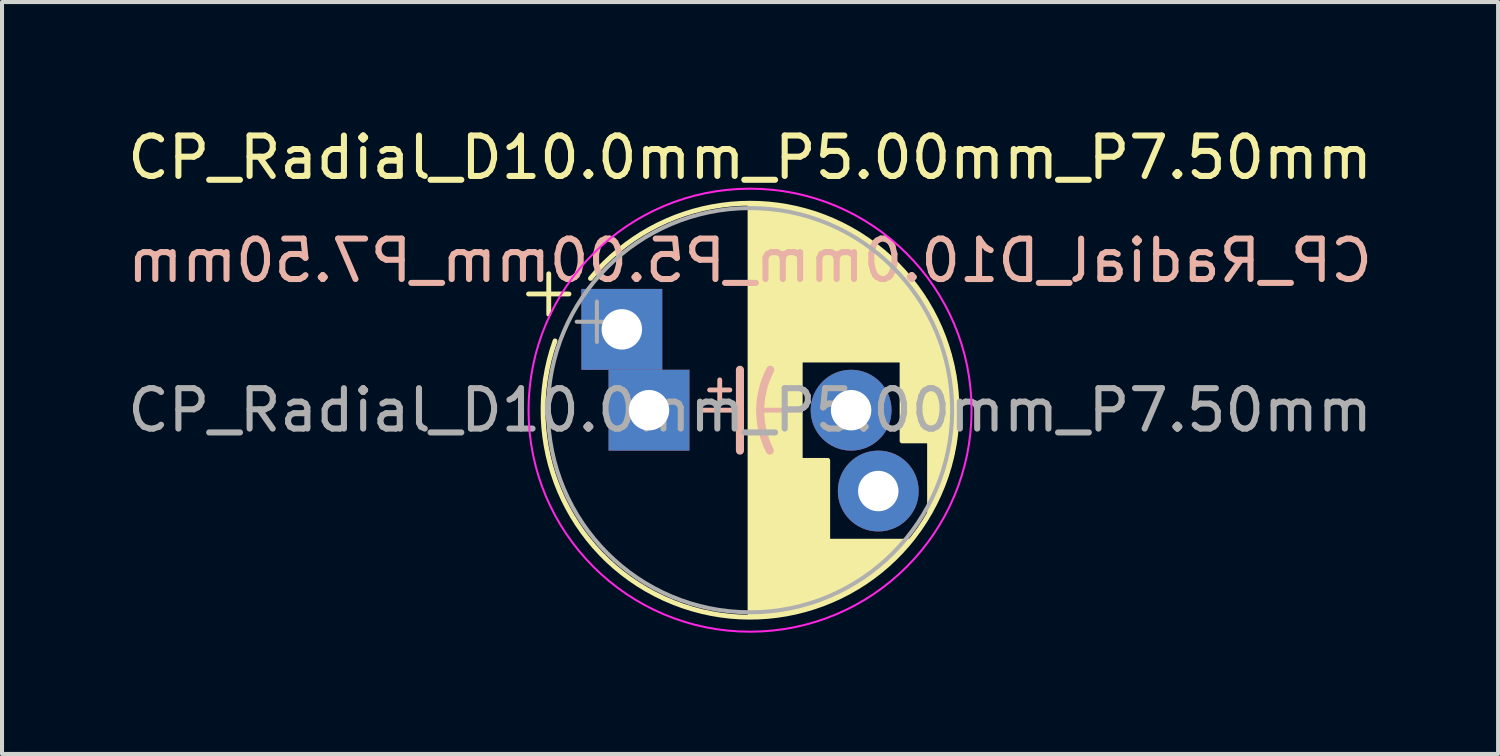
<source format=kicad_pcb>
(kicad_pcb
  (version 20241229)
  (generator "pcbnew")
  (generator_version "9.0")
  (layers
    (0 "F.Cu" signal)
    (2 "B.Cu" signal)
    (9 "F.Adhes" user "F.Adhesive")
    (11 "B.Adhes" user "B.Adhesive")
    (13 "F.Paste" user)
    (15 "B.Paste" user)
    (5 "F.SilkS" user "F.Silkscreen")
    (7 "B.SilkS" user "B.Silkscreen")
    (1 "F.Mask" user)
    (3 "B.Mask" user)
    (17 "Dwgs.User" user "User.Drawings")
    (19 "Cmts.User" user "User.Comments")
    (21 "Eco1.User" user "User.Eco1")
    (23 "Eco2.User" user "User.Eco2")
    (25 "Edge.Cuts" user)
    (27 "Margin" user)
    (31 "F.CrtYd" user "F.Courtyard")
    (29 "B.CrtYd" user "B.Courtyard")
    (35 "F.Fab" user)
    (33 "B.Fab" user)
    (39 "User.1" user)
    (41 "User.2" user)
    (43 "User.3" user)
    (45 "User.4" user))
  (footprint "CP_Radial_D10.0mm_P5.00mm_P7.50mm"
    (layer "F.Cu")
    (at 13.006 7.098)
    (property "Reference" "CP_Radial_D10.0mm_P5.00mm_P7.50mm" (at 2.5 -6.25 0) (layer "F.SilkS") (effects (font (size 1 1) (thickness 0.15))))
    (fp_line (start -2.98 -2.875) (end -1.98 -2.875) (stroke (width 0.12) (type solid)) (layer "F.SilkS"))
    (fp_line (start -2.48 -3.375) (end -2.48 -2.375) (stroke (width 0.12) (type solid)) (layer "F.SilkS"))
    (fp_line (start 2.5 -5.08) (end 2.5 5.08) (stroke (width 0.12) (type solid)) (layer "F.SilkS"))
    (fp_line (start 2.54 -5.08) (end 2.54 5.08) (stroke (width 0.12) (type solid)) (layer "F.SilkS"))
    (fp_line (start 2.58 -5.08) (end 2.58 5.08) (stroke (width 0.12) (type solid)) (layer "F.SilkS"))
    (fp_line (start 2.62 -5.079) (end 2.62 5.079) (stroke (width 0.12) (type solid)) (layer "F.SilkS"))
    (fp_line (start 2.66 -5.078) (end 2.66 5.078) (stroke (width 0.12) (type solid)) (layer "F.SilkS"))
    (fp_line (start 2.7 -5.077) (end 2.7 5.077) (stroke (width 0.12) (type solid)) (layer "F.SilkS"))
    (fp_line (start 2.74 -5.075) (end 2.74 5.075) (stroke (width 0.12) (type solid)) (layer "F.SilkS"))
    (fp_line (start 2.78 -5.073) (end 2.78 5.073) (stroke (width 0.12) (type solid)) (layer "F.SilkS"))
    (fp_line (start 2.82 -5.07) (end 2.82 5.07) (stroke (width 0.12) (type solid)) (layer "F.SilkS"))
    (fp_line (start 2.86 -5.068) (end 2.86 5.068) (stroke (width 0.12) (type solid)) (layer "F.SilkS"))
    (fp_line (start 2.9 -5.065) (end 2.9 5.065) (stroke (width 0.12) (type solid)) (layer "F.SilkS"))
    (fp_line (start 2.94 -5.062) (end 2.94 5.062) (stroke (width 0.12) (type solid)) (layer "F.SilkS"))
    (fp_line (start 2.98 -5.058) (end 2.98 5.058) (stroke (width 0.12) (type solid)) (layer "F.SilkS"))
    (fp_line (start 3.02 -5.054) (end 3.02 5.054) (stroke (width 0.12) (type solid)) (layer "F.SilkS"))
    (fp_line (start 3.06 -5.05) (end 3.06 5.05) (stroke (width 0.12) (type solid)) (layer "F.SilkS"))
    (fp_line (start 3.1 -5.045) (end 3.1 5.045) (stroke (width 0.12) (type solid)) (layer "F.SilkS"))
    (fp_line (start 3.14 -5.04) (end 3.14 5.04) (stroke (width 0.12) (type solid)) (layer "F.SilkS"))
    (fp_line (start 3.18 -5.035) (end 3.18 5.035) (stroke (width 0.12) (type solid)) (layer "F.SilkS"))
    (fp_line (start 3.221 -5.03) (end 3.221 5.03) (stroke (width 0.12) (type solid)) (layer "F.SilkS"))
    (fp_line (start 3.261 -5.024) (end 3.261 5.024) (stroke (width 0.12) (type solid)) (layer "F.SilkS"))
    (fp_line (start 3.301 -5.018) (end 3.301 5.018) (stroke (width 0.12) (type solid)) (layer "F.SilkS"))
    (fp_line (start 3.341 -5.011) (end 3.341 5.011) (stroke (width 0.12) (type solid)) (layer "F.SilkS"))
    (fp_line (start 3.381 -5.004) (end 3.381 5.004) (stroke (width 0.12) (type solid)) (layer "F.SilkS"))
    (fp_line (start 3.421 -4.997) (end 3.421 4.997) (stroke (width 0.12) (type solid)) (layer "F.SilkS"))
    (fp_line (start 3.461 -4.99) (end 3.461 4.99) (stroke (width 0.12) (type solid)) (layer "F.SilkS"))
    (fp_line (start 3.501 -4.982) (end 3.501 4.982) (stroke (width 0.12) (type solid)) (layer "F.SilkS"))
    (fp_line (start 3.541 -4.974) (end 3.541 4.974) (stroke (width 0.12) (type solid)) (layer "F.SilkS"))
    (fp_line (start 3.581 -4.965) (end 3.581 4.965) (stroke (width 0.12) (type solid)) (layer "F.SilkS"))
    (fp_line (start 3.621 -4.956) (end 3.621 4.956) (stroke (width 0.12) (type solid)) (layer "F.SilkS"))
    (fp_line (start 3.661 -4.947) (end 3.661 4.947) (stroke (width 0.12) (type solid)) (layer "F.SilkS"))
    (fp_line (start 3.701 -4.938) (end 3.701 4.938) (stroke (width 0.12) (type solid)) (layer "F.SilkS"))
    (fp_line (start 3.741 -4.928) (end 3.741 4.928) (stroke (width 0.12) (type solid)) (layer "F.SilkS"))
    (fp_line (start 3.781 -4.918) (end 3.781 -1.241) (stroke (width 0.12) (type solid)) (layer "F.SilkS"))
    (fp_line (start 3.781 1.241) (end 3.781 4.918) (stroke (width 0.12) (type solid)) (layer "F.SilkS"))
    (fp_line (start 3.821 -4.907) (end 3.821 -1.241) (stroke (width 0.12) (type solid)) (layer "F.SilkS"))
    (fp_line (start 3.821 1.241) (end 3.821 4.907) (stroke (width 0.12) (type solid)) (layer "F.SilkS"))
    (fp_line (start 3.861 -4.897) (end 3.861 -1.241) (stroke (width 0.12) (type solid)) (layer "F.SilkS"))
    (fp_line (start 3.861 1.241) (end 3.861 4.897) (stroke (width 0.12) (type solid)) (layer "F.SilkS"))
    (fp_line (start 3.901 -4.885) (end 3.901 -1.241) (stroke (width 0.12) (type solid)) (layer "F.SilkS"))
    (fp_line (start 3.901 1.241) (end 3.901 4.885) (stroke (width 0.12) (type solid)) (layer "F.SilkS"))
    (fp_line (start 3.941 -4.874) (end 3.941 -1.241) (stroke (width 0.12) (type solid)) (layer "F.SilkS"))
    (fp_line (start 3.941 1.241) (end 3.941 4.874) (stroke (width 0.12) (type solid)) (layer "F.SilkS"))
    (fp_line (start 3.981 -4.862) (end 3.981 -1.241) (stroke (width 0.12) (type solid)) (layer "F.SilkS"))
    (fp_line (start 3.981 1.241) (end 3.981 4.862) (stroke (width 0.12) (type solid)) (layer "F.SilkS"))
    (fp_line (start 4.021 -4.85) (end 4.021 -1.241) (stroke (width 0.12) (type solid)) (layer "F.SilkS"))
    (fp_line (start 4.021 1.241) (end 4.021 4.85) (stroke (width 0.12) (type solid)) (layer "F.SilkS"))
    (fp_line (start 4.061 -4.837) (end 4.061 -1.241) (stroke (width 0.12) (type solid)) (layer "F.SilkS"))
    (fp_line (start 4.061 1.241) (end 4.061 4.837) (stroke (width 0.12) (type solid)) (layer "F.SilkS"))
    (fp_line (start 4.101 -4.824) (end 4.101 -1.241) (stroke (width 0.12) (type solid)) (layer "F.SilkS"))
    (fp_line (start 4.101 1.241) (end 4.101 4.824) (stroke (width 0.12) (type solid)) (layer "F.SilkS"))
    (fp_line (start 4.141 -4.811) (end 4.141 -1.241) (stroke (width 0.12) (type solid)) (layer "F.SilkS"))
    (fp_line (start 4.141 1.241) (end 4.141 4.811) (stroke (width 0.12) (type solid)) (layer "F.SilkS"))
    (fp_line (start 4.181 -4.797) (end 4.181 -1.241) (stroke (width 0.12) (type solid)) (layer "F.SilkS"))
    (fp_line (start 4.181 1.241) (end 4.181 4.797) (stroke (width 0.12) (type solid)) (layer "F.SilkS"))
    (fp_line (start 4.221 -4.783) (end 4.221 -1.241) (stroke (width 0.12) (type solid)) (layer "F.SilkS"))
    (fp_line (start 4.221 1.241) (end 4.221 4.783) (stroke (width 0.12) (type solid)) (layer "F.SilkS"))
    (fp_line (start 4.261 -4.768) (end 4.261 -1.241) (stroke (width 0.12) (type solid)) (layer "F.SilkS"))
    (fp_line (start 4.261 1.241) (end 4.261 4.768) (stroke (width 0.12) (type solid)) (layer "F.SilkS"))
    (fp_line (start 4.301 -4.754) (end 4.301 -1.241) (stroke (width 0.12) (type solid)) (layer "F.SilkS"))
    (fp_line (start 4.301 1.241) (end 4.301 4.754) (stroke (width 0.12) (type solid)) (layer "F.SilkS"))
    (fp_line (start 4.341 -4.738) (end 4.341 -1.241) (stroke (width 0.12) (type solid)) (layer "F.SilkS"))
    (fp_line (start 4.341 1.241) (end 4.341 4.738) (stroke (width 0.12) (type solid)) (layer "F.SilkS"))
    (fp_line (start 4.381 -4.723) (end 4.381 -1.241) (stroke (width 0.12) (type solid)) (layer "F.SilkS"))
    (fp_line (start 4.381 1.241) (end 4.381 4.723) (stroke (width 0.12) (type solid)) (layer "F.SilkS"))
    (fp_line (start 4.421 -4.707) (end 4.421 -1.241) (stroke (width 0.12) (type solid)) (layer "F.SilkS"))
    (fp_line (start 4.421 1.241) (end 4.421 4.707) (stroke (width 0.12) (type solid)) (layer "F.SilkS"))
    (fp_line (start 4.461 -4.69) (end 4.461 -1.241) (stroke (width 0.12) (type solid)) (layer "F.SilkS"))
    (fp_line (start 4.461 3.24) (end 4.461 4.69) (stroke (width 0.12) (type solid)) (layer "F.SilkS"))
    (fp_line (start 4.501 -4.674) (end 4.501 -1.241) (stroke (width 0.12) (type solid)) (layer "F.SilkS"))
    (fp_line (start 4.501 3.24) (end 4.501 4.674) (stroke (width 0.12) (type solid)) (layer "F.SilkS"))
    (fp_line (start 4.541 -4.657) (end 4.541 -1.241) (stroke (width 0.12) (type solid)) (layer "F.SilkS"))
    (fp_line (start 4.541 3.24) (end 4.541 4.657) (stroke (width 0.12) (type solid)) (layer "F.SilkS"))
    (fp_line (start 4.581 -4.639) (end 4.581 -1.241) (stroke (width 0.12) (type solid)) (layer "F.SilkS"))
    (fp_line (start 4.581 3.24) (end 4.581 4.639) (stroke (width 0.12) (type solid)) (layer "F.SilkS"))
    (fp_line (start 4.621 -4.621) (end 4.621 -1.241) (stroke (width 0.12) (type solid)) (layer "F.SilkS"))
    (fp_line (start 4.621 3.24) (end 4.621 4.621) (stroke (width 0.12) (type solid)) (layer "F.SilkS"))
    (fp_line (start 4.661 -4.603) (end 4.661 -1.241) (stroke (width 0.12) (type solid)) (layer "F.SilkS"))
    (fp_line (start 4.661 3.24) (end 4.661 4.603) (stroke (width 0.12) (type solid)) (layer "F.SilkS"))
    (fp_line (start 4.701 -4.584) (end 4.701 -1.241) (stroke (width 0.12) (type solid)) (layer "F.SilkS"))
    (fp_line (start 4.701 3.24) (end 4.701 4.584) (stroke (width 0.12) (type solid)) (layer "F.SilkS"))
    (fp_line (start 4.741 -4.564) (end 4.741 -1.241) (stroke (width 0.12) (type solid)) (layer "F.SilkS"))
    (fp_line (start 4.741 3.24) (end 4.741 4.564) (stroke (width 0.12) (type solid)) (layer "F.SilkS"))
    (fp_line (start 4.781 -4.545) (end 4.781 -1.241) (stroke (width 0.12) (type solid)) (layer "F.SilkS"))
    (fp_line (start 4.781 3.24) (end 4.781 4.545) (stroke (width 0.12) (type solid)) (layer "F.SilkS"))
    (fp_line (start 4.821 -4.525) (end 4.821 -1.241) (stroke (width 0.12) (type solid)) (layer "F.SilkS"))
    (fp_line (start 4.821 3.24) (end 4.821 4.525) (stroke (width 0.12) (type solid)) (layer "F.SilkS"))
    (fp_line (start 4.861 -4.504) (end 4.861 -1.241) (stroke (width 0.12) (type solid)) (layer "F.SilkS"))
    (fp_line (start 4.861 3.24) (end 4.861 4.504) (stroke (width 0.12) (type solid)) (layer "F.SilkS"))
    (fp_line (start 4.901 -4.483) (end 4.901 -1.241) (stroke (width 0.12) (type solid)) (layer "F.SilkS"))
    (fp_line (start 4.901 3.24) (end 4.901 4.483) (stroke (width 0.12) (type solid)) (layer "F.SilkS"))
    (fp_line (start 4.941 -4.462) (end 4.941 -1.241) (stroke (width 0.12) (type solid)) (layer "F.SilkS"))
    (fp_line (start 4.941 3.24) (end 4.941 4.462) (stroke (width 0.12) (type solid)) (layer "F.SilkS"))
    (fp_line (start 4.981 -4.44) (end 4.981 -1.241) (stroke (width 0.12) (type solid)) (layer "F.SilkS"))
    (fp_line (start 4.981 3.24) (end 4.981 4.44) (stroke (width 0.12) (type solid)) (layer "F.SilkS"))
    (fp_line (start 5.021 -4.417) (end 5.021 -1.241) (stroke (width 0.12) (type solid)) (layer "F.SilkS"))
    (fp_line (start 5.021 3.24) (end 5.021 4.417) (stroke (width 0.12) (type solid)) (layer "F.SilkS"))
    (fp_line (start 5.061 -4.395) (end 5.061 -1.241) (stroke (width 0.12) (type solid)) (layer "F.SilkS"))
    (fp_line (start 5.061 3.24) (end 5.061 4.395) (stroke (width 0.12) (type solid)) (layer "F.SilkS"))
    (fp_line (start 5.101 -4.371) (end 5.101 -1.241) (stroke (width 0.12) (type solid)) (layer "F.SilkS"))
    (fp_line (start 5.101 3.24) (end 5.101 4.371) (stroke (width 0.12) (type solid)) (layer "F.SilkS"))
    (fp_line (start 5.141 -4.347) (end 5.141 -1.241) (stroke (width 0.12) (type solid)) (layer "F.SilkS"))
    (fp_line (start 5.141 3.24) (end 5.141 4.347) (stroke (width 0.12) (type solid)) (layer "F.SilkS"))
    (fp_line (start 5.181 -4.323) (end 5.181 -1.241) (stroke (width 0.12) (type solid)) (layer "F.SilkS"))
    (fp_line (start 5.181 3.24) (end 5.181 4.323) (stroke (width 0.12) (type solid)) (layer "F.SilkS"))
    (fp_line (start 5.221 -4.298) (end 5.221 -1.241) (stroke (width 0.12) (type solid)) (layer "F.SilkS"))
    (fp_line (start 5.221 3.24) (end 5.221 4.298) (stroke (width 0.12) (type solid)) (layer "F.SilkS"))
    (fp_line (start 5.261 -4.273) (end 5.261 -1.241) (stroke (width 0.12) (type solid)) (layer "F.SilkS"))
    (fp_line (start 5.261 3.24) (end 5.261 4.273) (stroke (width 0.12) (type solid)) (layer "F.SilkS"))
    (fp_line (start 5.301 -4.247) (end 5.301 -1.241) (stroke (width 0.12) (type solid)) (layer "F.SilkS"))
    (fp_line (start 5.301 3.24) (end 5.301 4.247) (stroke (width 0.12) (type solid)) (layer "F.SilkS"))
    (fp_line (start 5.341 -4.221) (end 5.341 -1.241) (stroke (width 0.12) (type solid)) (layer "F.SilkS"))
    (fp_line (start 5.341 3.24) (end 5.341 4.221) (stroke (width 0.12) (type solid)) (layer "F.SilkS"))
    (fp_line (start 5.381 -4.194) (end 5.381 -1.241) (stroke (width 0.12) (type solid)) (layer "F.SilkS"))
    (fp_line (start 5.381 3.24) (end 5.381 4.194) (stroke (width 0.12) (type solid)) (layer "F.SilkS"))
    (fp_line (start 5.421 -4.166) (end 5.421 -1.241) (stroke (width 0.12) (type solid)) (layer "F.SilkS"))
    (fp_line (start 5.421 3.24) (end 5.421 4.166) (stroke (width 0.12) (type solid)) (layer "F.SilkS"))
    (fp_line (start 5.461 -4.138) (end 5.461 -1.241) (stroke (width 0.12) (type solid)) (layer "F.SilkS"))
    (fp_line (start 5.461 3.24) (end 5.461 4.138) (stroke (width 0.12) (type solid)) (layer "F.SilkS"))
    (fp_line (start 5.501 -4.11) (end 5.501 -1.241) (stroke (width 0.12) (type solid)) (layer "F.SilkS"))
    (fp_line (start 5.501 3.24) (end 5.501 4.11) (stroke (width 0.12) (type solid)) (layer "F.SilkS"))
    (fp_line (start 5.541 -4.08) (end 5.541 -1.241) (stroke (width 0.12) (type solid)) (layer "F.SilkS"))
    (fp_line (start 5.541 3.24) (end 5.541 4.08) (stroke (width 0.12) (type solid)) (layer "F.SilkS"))
    (fp_line (start 5.581 -4.05) (end 5.581 -1.241) (stroke (width 0.12) (type solid)) (layer "F.SilkS"))
    (fp_line (start 5.581 3.24) (end 5.581 4.05) (stroke (width 0.12) (type solid)) (layer "F.SilkS"))
    (fp_line (start 5.621 -4.02) (end 5.621 -1.241) (stroke (width 0.12) (type solid)) (layer "F.SilkS"))
    (fp_line (start 5.621 3.24) (end 5.621 4.02) (stroke (width 0.12) (type solid)) (layer "F.SilkS"))
    (fp_line (start 5.661 -3.989) (end 5.661 -1.241) (stroke (width 0.12) (type solid)) (layer "F.SilkS"))
    (fp_line (start 5.661 3.24) (end 5.661 3.989) (stroke (width 0.12) (type solid)) (layer "F.SilkS"))
    (fp_line (start 5.701 -3.957) (end 5.701 -1.241) (stroke (width 0.12) (type solid)) (layer "F.SilkS"))
    (fp_line (start 5.701 3.24) (end 5.701 3.957) (stroke (width 0.12) (type solid)) (layer "F.SilkS"))
    (fp_line (start 5.741 -3.925) (end 5.741 -1.241) (stroke (width 0.12) (type solid)) (layer "F.SilkS"))
    (fp_line (start 5.741 3.24) (end 5.741 3.925) (stroke (width 0.12) (type solid)) (layer "F.SilkS"))
    (fp_line (start 5.781 -3.892) (end 5.781 -1.241) (stroke (width 0.12) (type solid)) (layer "F.SilkS"))
    (fp_line (start 5.781 3.24) (end 5.781 3.892) (stroke (width 0.12) (type solid)) (layer "F.SilkS"))
    (fp_line (start 5.821 -3.858) (end 5.821 -1.241) (stroke (width 0.12) (type solid)) (layer "F.SilkS"))
    (fp_line (start 5.821 3.24) (end 5.821 3.858) (stroke (width 0.12) (type solid)) (layer "F.SilkS"))
    (fp_line (start 5.861 -3.824) (end 5.861 -1.241) (stroke (width 0.12) (type solid)) (layer "F.SilkS"))
    (fp_line (start 5.861 3.24) (end 5.861 3.824) (stroke (width 0.12) (type solid)) (layer "F.SilkS"))
    (fp_line (start 5.901 -3.789) (end 5.901 -1.241) (stroke (width 0.12) (type solid)) (layer "F.SilkS"))
    (fp_line (start 5.901 3.24) (end 5.901 3.789) (stroke (width 0.12) (type solid)) (layer "F.SilkS"))
    (fp_line (start 5.941 -3.753) (end 5.941 -1.241) (stroke (width 0.12) (type solid)) (layer "F.SilkS"))
    (fp_line (start 5.941 3.24) (end 5.941 3.753) (stroke (width 0.12) (type solid)) (layer "F.SilkS"))
    (fp_line (start 5.981 -3.716) (end 5.981 -1.241) (stroke (width 0.12) (type solid)) (layer "F.SilkS"))
    (fp_line (start 5.981 3.24) (end 5.981 3.716) (stroke (width 0.12) (type solid)) (layer "F.SilkS"))
    (fp_line (start 6.021 -3.679) (end 6.021 -1.241) (stroke (width 0.12) (type solid)) (layer "F.SilkS"))
    (fp_line (start 6.021 3.24) (end 6.021 3.679) (stroke (width 0.12) (type solid)) (layer "F.SilkS"))
    (fp_line (start 6.061 -3.64) (end 6.061 -1.241) (stroke (width 0.12) (type solid)) (layer "F.SilkS"))
    (fp_line (start 6.061 3.24) (end 6.061 3.64) (stroke (width 0.12) (type solid)) (layer "F.SilkS"))
    (fp_line (start 6.101 -3.601) (end 6.101 -1.241) (stroke (width 0.12) (type solid)) (layer "F.SilkS"))
    (fp_line (start 6.101 3.24) (end 6.101 3.601) (stroke (width 0.12) (type solid)) (layer "F.SilkS"))
    (fp_line (start 6.141 -3.561) (end 6.141 -1.241) (stroke (width 0.12) (type solid)) (layer "F.SilkS"))
    (fp_line (start 6.141 3.24) (end 6.141 3.561) (stroke (width 0.12) (type solid)) (layer "F.SilkS"))
    (fp_line (start 6.181 -3.52) (end 6.181 -1.241) (stroke (width 0.12) (type solid)) (layer "F.SilkS"))
    (fp_line (start 6.181 3.24) (end 6.181 3.52) (stroke (width 0.12) (type solid)) (layer "F.SilkS"))
    (fp_line (start 6.221 -3.478) (end 6.221 -1.241) (stroke (width 0.12) (type solid)) (layer "F.SilkS"))
    (fp_line (start 6.221 3.24) (end 6.221 3.478) (stroke (width 0.12) (type solid)) (layer "F.SilkS"))
    (fp_line (start 6.261 -3.436) (end 6.261 0.76) (stroke (width 0.12) (type solid)) (layer "F.SilkS"))
    (fp_line (start 6.261 3.24) (end 6.261 3.436) (stroke (width 0.12) (type solid)) (layer "F.SilkS"))
    (fp_line (start 6.301 -3.392) (end 6.301 0.76) (stroke (width 0.12) (type solid)) (layer "F.SilkS"))
    (fp_line (start 6.301 3.24) (end 6.301 3.392) (stroke (width 0.12) (type solid)) (layer "F.SilkS"))
    (fp_line (start 6.341 -3.347) (end 6.341 0.76) (stroke (width 0.12) (type solid)) (layer "F.SilkS"))
    (fp_line (start 6.341 3.24) (end 6.341 3.347) (stroke (width 0.12) (type solid)) (layer "F.SilkS"))
    (fp_line (start 6.381 -3.301) (end 6.381 0.76) (stroke (width 0.12) (type solid)) (layer "F.SilkS"))
    (fp_line (start 6.381 3.24) (end 6.381 3.301) (stroke (width 0.12) (type solid)) (layer "F.SilkS"))
    (fp_line (start 6.421 -3.254) (end 6.421 0.76) (stroke (width 0.12) (type solid)) (layer "F.SilkS"))
    (fp_line (start 6.421 3.24) (end 6.421 3.254) (stroke (width 0.12) (type solid)) (layer "F.SilkS"))
    (fp_line (start 6.461 -3.206) (end 6.461 0.76) (stroke (width 0.12) (type solid)) (layer "F.SilkS"))
    (fp_line (start 6.501 -3.156) (end 6.501 0.76) (stroke (width 0.12) (type solid)) (layer "F.SilkS"))
    (fp_line (start 6.541 -3.106) (end 6.541 0.76) (stroke (width 0.12) (type solid)) (layer "F.SilkS"))
    (fp_line (start 6.581 -3.054) (end 6.581 0.76) (stroke (width 0.12) (type solid)) (layer "F.SilkS"))
    (fp_line (start 6.621 -3) (end 6.621 0.76) (stroke (width 0.12) (type solid)) (layer "F.SilkS"))
    (fp_line (start 6.661 -2.945) (end 6.661 0.76) (stroke (width 0.12) (type solid)) (layer "F.SilkS"))
    (fp_line (start 6.701 -2.889) (end 6.701 0.76) (stroke (width 0.12) (type solid)) (layer "F.SilkS"))
    (fp_line (start 6.741 -2.83) (end 6.741 0.76) (stroke (width 0.12) (type solid)) (layer "F.SilkS"))
    (fp_line (start 6.781 -2.77) (end 6.781 0.76) (stroke (width 0.12) (type solid)) (layer "F.SilkS"))
    (fp_line (start 6.821 -2.709) (end 6.821 0.76) (stroke (width 0.12) (type solid)) (layer "F.SilkS"))
    (fp_line (start 6.861 -2.645) (end 6.861 0.76) (stroke (width 0.12) (type solid)) (layer "F.SilkS"))
    (fp_line (start 6.901 -2.579) (end 6.901 0.76) (stroke (width 0.12) (type solid)) (layer "F.SilkS"))
    (fp_line (start 6.941 -2.51) (end 6.941 2.51) (stroke (width 0.12) (type solid)) (layer "F.SilkS"))
    (fp_line (start 6.981 -2.439) (end 6.981 2.439) (stroke (width 0.12) (type solid)) (layer "F.SilkS"))
    (fp_line (start 7.021 -2.365) (end 7.021 2.365) (stroke (width 0.12) (type solid)) (layer "F.SilkS"))
    (fp_line (start 7.061 -2.289) (end 7.061 2.289) (stroke (width 0.12) (type solid)) (layer "F.SilkS"))
    (fp_line (start 7.101 -2.209) (end 7.101 2.209) (stroke (width 0.12) (type solid)) (layer "F.SilkS"))
    (fp_line (start 7.141 -2.125) (end 7.141 2.125) (stroke (width 0.12) (type solid)) (layer "F.SilkS"))
    (fp_line (start 7.181 -2.037) (end 7.181 2.037) (stroke (width 0.12) (type solid)) (layer "F.SilkS"))
    (fp_line (start 7.221 -1.944) (end 7.221 1.944) (stroke (width 0.12) (type solid)) (layer "F.SilkS"))
    (fp_line (start 7.261 -1.846) (end 7.261 1.846) (stroke (width 0.12) (type solid)) (layer "F.SilkS"))
    (fp_line (start 7.301 -1.742) (end 7.301 1.742) (stroke (width 0.12) (type solid)) (layer "F.SilkS"))
    (fp_line (start 7.341 -1.63) (end 7.341 1.63) (stroke (width 0.12) (type solid)) (layer "F.SilkS"))
    (fp_line (start 7.381 -1.51) (end 7.381 1.51) (stroke (width 0.12) (type solid)) (layer "F.SilkS"))
    (fp_line (start 7.421 -1.378) (end 7.421 1.378) (stroke (width 0.12) (type solid)) (layer "F.SilkS"))
    (fp_line (start 7.461 -1.23) (end 7.461 1.23) (stroke (width 0.12) (type solid)) (layer "F.SilkS"))
    (fp_line (start 7.501 -1.062) (end 7.501 1.062) (stroke (width 0.12) (type solid)) (layer "F.SilkS"))
    (fp_line (start 7.541 -0.862) (end 7.541 0.862) (stroke (width 0.12) (type solid)) (layer "F.SilkS"))
    (fp_line (start 7.581 -0.599) (end 7.581 0.599) (stroke (width 0.12) (type solid)) (layer "F.SilkS"))
    (fp_arc (start -1.448012 -3.26) (mid 6.954128 2.524906) (end -2.324903 -1.713098) (stroke (width 0.12) (type solid)) (layer "F.SilkS"))
    (fp_line (start 1.25 0) (end 2.25 0) (stroke (width 0.12) (type solid)) (layer "B.SilkS"))
    (fp_line (start 1.5 -0.5) (end 2 -0.5) (stroke (width 0.12) (type solid)) (layer "B.SilkS"))
    (fp_line (start 1.75 -0.75) (end 1.75 -0.25) (stroke (width 0.12) (type solid)) (layer "B.SilkS"))
    (fp_line (start 2.25 1) (end 2.25 -1) (stroke (width 0.2) (type solid)) (layer "B.SilkS"))
    (fp_line (start 3.75 0) (end 2.75 0) (stroke (width 0.12) (type solid)) (layer "B.SilkS"))
    (fp_arc (start 2.75 0) (mid 2.816707 -0.514573) (end 3 -1) (stroke (width 0.2) (type solid)) (layer "B.SilkS"))
    (fp_arc (start 2.987539 1) (mid 2.810248 0.513901) (end 2.75 0) (stroke (width 0.2) (type solid)) (layer "B.SilkS"))
    (fp_circle (center 2.5 0) (end 7.98 0) (stroke (width 0.05) (type solid)) (fill no) (layer "F.CrtYd"))
    (fp_line (start -1.789 -2.188) (end -0.789 -2.188) (stroke (width 0.1) (type solid)) (layer "F.Fab"))
    (fp_line (start -1.289 -2.688) (end -1.289 -1.688) (stroke (width 0.1) (type solid)) (layer "F.Fab"))
    (fp_circle (center 2.5 0) (end 7.5 0) (stroke (width 0.1) (type solid)) (fill no) (layer "F.Fab"))
    (fp_text user "${REFERENCE}" (at 2.5 -3.7 0) (layer "B.SilkS") (effects (font (size 1 1) (thickness 0.15)) (justify mirror)))
    (fp_text user "${REFERENCE}" (at 2.5 0 0) (layer "F.Fab") (effects (font (size 1 1) (thickness 0.15))))
    (pad "1" thru_hole rect (at -0.672 -2) (size 2 2) (drill 1) (layers "*.Cu" "*.Mask"))
    (pad "1" thru_hole rect (at 0 0) (size 2 2) (drill 1) (layers "*.Cu" "*.Mask"))
    (pad "2" thru_hole circle (at 5 0) (size 2 2) (drill 1) (layers "*.Cu" "*.Mask"))
    (pad "2" thru_hole circle (at 5.672 2) (size 2 2) (drill 1) (layers "*.Cu" "*.Mask")))
  (gr_rect
    (start -3 -3)
    (end 34.012 15.603)
    (stroke (width 0.1) (type default))
    (fill no)
    (layer "Edge.Cuts")))
</source>
